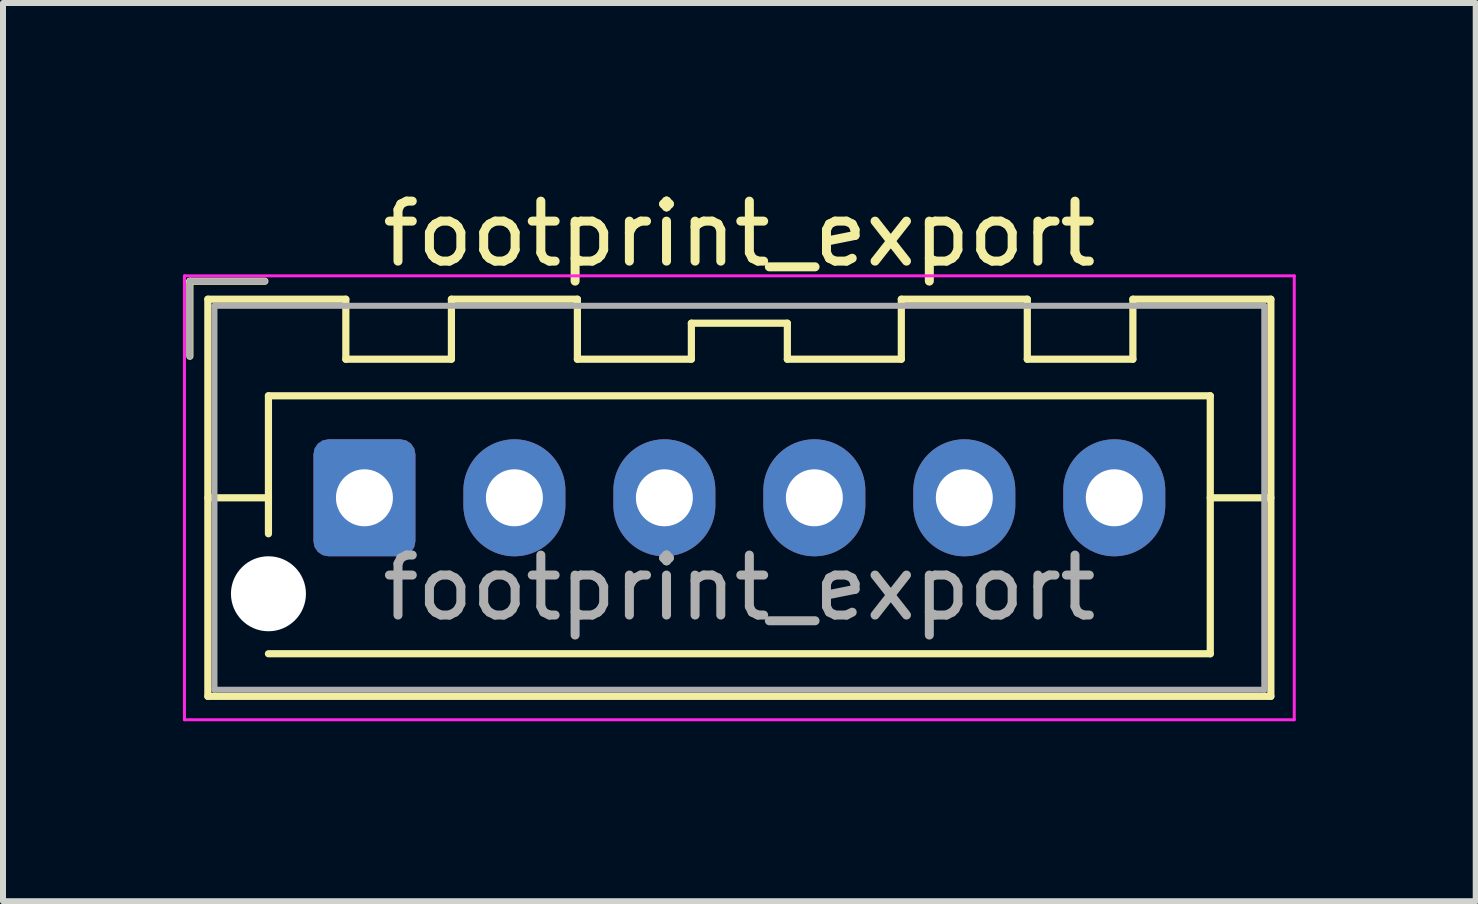
<source format=kicad_pcb>
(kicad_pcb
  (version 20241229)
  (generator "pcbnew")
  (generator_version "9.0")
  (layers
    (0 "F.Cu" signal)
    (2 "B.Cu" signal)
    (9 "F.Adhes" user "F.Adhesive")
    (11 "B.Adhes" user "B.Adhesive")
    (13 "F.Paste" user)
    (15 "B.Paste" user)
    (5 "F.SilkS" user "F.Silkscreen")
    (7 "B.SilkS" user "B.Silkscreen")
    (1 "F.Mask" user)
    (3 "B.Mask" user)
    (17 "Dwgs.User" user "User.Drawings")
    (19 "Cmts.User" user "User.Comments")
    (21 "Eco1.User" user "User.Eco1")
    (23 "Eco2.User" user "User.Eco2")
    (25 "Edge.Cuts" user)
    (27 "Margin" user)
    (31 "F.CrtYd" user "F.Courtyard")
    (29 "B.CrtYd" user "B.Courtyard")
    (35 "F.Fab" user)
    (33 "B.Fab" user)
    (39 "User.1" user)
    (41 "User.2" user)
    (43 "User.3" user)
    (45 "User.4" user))
  (footprint "footprint_export"
    (layer "F.Cu")
    (at 3.025 5.248)
    (property "Reference" "footprint_export" (at 6.25 -4.4 0) (layer "F.SilkS") (effects (font (size 1 1) (thickness 0.15))))
    (attr through_hole)
    (fp_line (start -2.91 -3.61) (end -2.91 -2.36) (stroke (width 0.12) (type solid)) (layer "F.SilkS"))
    (fp_line (start -2.61 -3.31) (end -2.61 3.31) (stroke (width 0.12) (type solid)) (layer "F.SilkS"))
    (fp_line (start -2.61 0) (end -1.6 0) (stroke (width 0.12) (type solid)) (layer "F.SilkS"))
    (fp_line (start -2.61 3.31) (end 15.11 3.31) (stroke (width 0.12) (type solid)) (layer "F.SilkS"))
    (fp_line (start -1.66 -3.61) (end -2.91 -3.61) (stroke (width 0.12) (type solid)) (layer "F.SilkS"))
    (fp_line (start -1.6 -1.7) (end 14.1 -1.7) (stroke (width 0.12) (type solid)) (layer "F.SilkS"))
    (fp_line (start -1.6 0.6) (end -1.6 -1.7) (stroke (width 0.12) (type solid)) (layer "F.SilkS"))
    (fp_line (start -0.31 -3.31) (end -2.61 -3.31) (stroke (width 0.12) (type solid)) (layer "F.SilkS"))
    (fp_line (start -0.31 -2.31) (end -0.31 -3.31) (stroke (width 0.12) (type solid)) (layer "F.SilkS"))
    (fp_line (start 1.45 -3.31) (end 1.45 -2.31) (stroke (width 0.12) (type solid)) (layer "F.SilkS"))
    (fp_line (start 1.45 -2.31) (end -0.31 -2.31) (stroke (width 0.12) (type solid)) (layer "F.SilkS"))
    (fp_line (start 3.55 -3.31) (end 1.45 -3.31) (stroke (width 0.12) (type solid)) (layer "F.SilkS"))
    (fp_line (start 3.55 -2.31) (end 3.55 -3.31) (stroke (width 0.12) (type solid)) (layer "F.SilkS"))
    (fp_line (start 5.45 -2.91) (end 5.45 -2.31) (stroke (width 0.12) (type solid)) (layer "F.SilkS"))
    (fp_line (start 5.45 -2.31) (end 3.55 -2.31) (stroke (width 0.12) (type solid)) (layer "F.SilkS"))
    (fp_line (start 7.05 -2.91) (end 5.45 -2.91) (stroke (width 0.12) (type solid)) (layer "F.SilkS"))
    (fp_line (start 7.05 -2.31) (end 7.05 -2.91) (stroke (width 0.12) (type solid)) (layer "F.SilkS"))
    (fp_line (start 8.95 -3.31) (end 8.95 -2.31) (stroke (width 0.12) (type solid)) (layer "F.SilkS"))
    (fp_line (start 8.95 -2.31) (end 7.05 -2.31) (stroke (width 0.12) (type solid)) (layer "F.SilkS"))
    (fp_line (start 11.05 -3.31) (end 8.95 -3.31) (stroke (width 0.12) (type solid)) (layer "F.SilkS"))
    (fp_line (start 11.05 -2.31) (end 11.05 -3.31) (stroke (width 0.12) (type solid)) (layer "F.SilkS"))
    (fp_line (start 12.81 -3.31) (end 12.81 -2.31) (stroke (width 0.12) (type solid)) (layer "F.SilkS"))
    (fp_line (start 12.81 -2.31) (end 11.05 -2.31) (stroke (width 0.12) (type solid)) (layer "F.SilkS"))
    (fp_line (start 14.1 -1.7) (end 14.1 2.6) (stroke (width 0.12) (type solid)) (layer "F.SilkS"))
    (fp_line (start 14.1 2.6) (end -1.6 2.6) (stroke (width 0.12) (type solid)) (layer "F.SilkS"))
    (fp_line (start 15.11 -3.31) (end 12.81 -3.31) (stroke (width 0.12) (type solid)) (layer "F.SilkS"))
    (fp_line (start 15.11 0) (end 14.1 0) (stroke (width 0.12) (type solid)) (layer "F.SilkS"))
    (fp_line (start 15.11 3.31) (end 15.11 -3.31) (stroke (width 0.12) (type solid)) (layer "F.SilkS"))
    (fp_line (start -3 -3.7) (end -3 3.7) (stroke (width 0.05) (type solid)) (layer "F.CrtYd"))
    (fp_line (start -3 3.7) (end 15.5 3.7) (stroke (width 0.05) (type solid)) (layer "F.CrtYd"))
    (fp_line (start 15.5 -3.7) (end -3 -3.7) (stroke (width 0.05) (type solid)) (layer "F.CrtYd"))
    (fp_line (start 15.5 3.7) (end 15.5 -3.7) (stroke (width 0.05) (type solid)) (layer "F.CrtYd"))
    (fp_line (start -2.91 -3.61) (end -2.91 -2.36) (stroke (width 0.1) (type solid)) (layer "F.Fab"))
    (fp_line (start -2.5 -3.2) (end -2.5 3.2) (stroke (width 0.1) (type solid)) (layer "F.Fab"))
    (fp_line (start -2.5 3.2) (end 15 3.2) (stroke (width 0.1) (type solid)) (layer "F.Fab"))
    (fp_line (start -1.66 -3.61) (end -2.91 -3.61) (stroke (width 0.1) (type solid)) (layer "F.Fab"))
    (fp_line (start 15 -3.2) (end -2.5 -3.2) (stroke (width 0.1) (type solid)) (layer "F.Fab"))
    (fp_line (start 15 3.2) (end 15 -3.2) (stroke (width 0.1) (type solid)) (layer "F.Fab"))
    (fp_text user "${REFERENCE}" (at 6.25 1.5 0) (layer "F.Fab") (effects (font (size 1 1) (thickness 0.15))))
    (pad "" np_thru_hole circle (at -1.6 1.6) (size 1.25 1.25) (drill 1.25) (layers "*.Cu" "*.Mask"))
    (pad "1" thru_hole roundrect (at 0 0) (size 1.7 1.95) (drill 0.95) (layers "*.Cu" "*.Mask") (roundrect_rratio 0.147))
    (pad "2" thru_hole oval (at 2.5 0) (size 1.7 1.95) (drill 0.95) (layers "*.Cu" "*.Mask"))
    (pad "3" thru_hole oval (at 5 0) (size 1.7 1.95) (drill 0.95) (layers "*.Cu" "*.Mask"))
    (pad "4" thru_hole oval (at 7.5 0) (size 1.7 1.95) (drill 0.95) (layers "*.Cu" "*.Mask"))
    (pad "5" thru_hole oval (at 10 0) (size 1.7 1.95) (drill 0.95) (layers "*.Cu" "*.Mask"))
    (pad "6" thru_hole oval (at 12.5 0) (size 1.7 1.95) (drill 0.95) (layers "*.Cu" "*.Mask")))
  (gr_rect
    (start -3 -3)
    (end 21.55 11.973)
    (stroke (width 0.1) (type default))
    (fill no)
    (layer "Edge.Cuts")))
</source>
